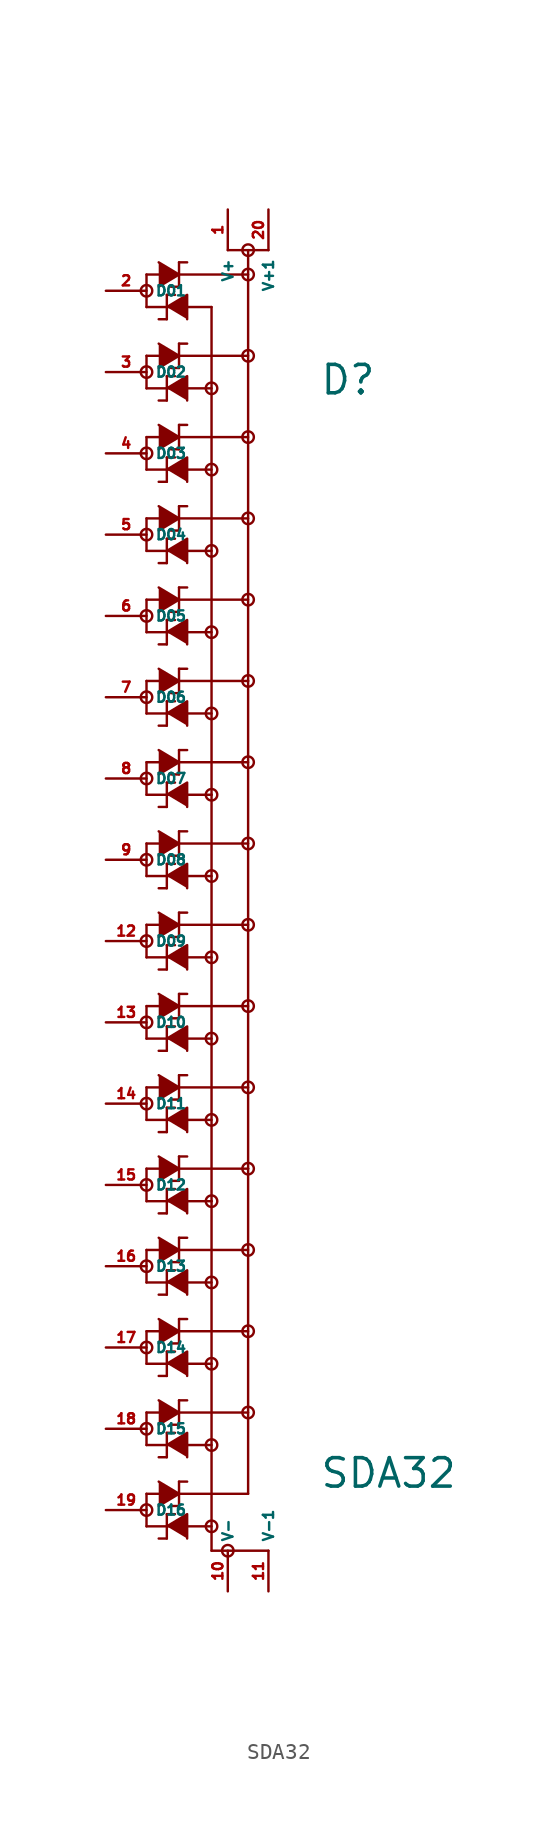
<source format=kicad_sym>
(kicad_symbol_lib
  (version 20220914)
  (generator Eagle2Kicad)
  (symbol "SDA32"
    (property "Reference" "D"
      (at 8.255 26.416 0)
      (effects (font (size 1.778 1.778) (thickness 0.22)) (justify left bottom)))
    (property "Value" "SDA32"
      (at 8.255 -41.91 0)
      (effects (font (size 1.778 1.778) (thickness 0.22)) (justify left bottom)))
    (polyline
      (pts (xy -1.778 34.798) (xy -0.508 34.036) (xy -1.778 33.274))
      (stroke (width 0.152) (type default))
      (fill (type outline)))
    (polyline
      (pts (xy -1.27 32.004) (xy 0 32.766) (xy 0 31.242))
      (stroke (width 0.152) (type default))
      (fill (type outline)))
    (polyline
      (pts (xy -1.778 29.718) (xy -0.508 28.956) (xy -1.778 28.194))
      (stroke (width 0.152) (type default))
      (fill (type outline)))
    (polyline
      (pts (xy -1.27 26.924) (xy 0 27.686) (xy 0 26.162))
      (stroke (width 0.152) (type default))
      (fill (type outline)))
    (polyline
      (pts (xy -1.778 24.638) (xy -0.508 23.876) (xy -1.778 23.114))
      (stroke (width 0.152) (type default))
      (fill (type outline)))
    (polyline
      (pts (xy -1.27 21.844) (xy 0 22.606) (xy 0 21.082))
      (stroke (width 0.152) (type default))
      (fill (type outline)))
    (polyline
      (pts (xy -1.778 19.558) (xy -0.508 18.796) (xy -1.778 18.034))
      (stroke (width 0.152) (type default))
      (fill (type outline)))
    (polyline
      (pts (xy -1.27 16.764) (xy 0 17.526) (xy 0 16.002))
      (stroke (width 0.152) (type default))
      (fill (type outline)))
    (polyline
      (pts (xy -1.778 14.478) (xy -0.508 13.716) (xy -1.778 12.954))
      (stroke (width 0.152) (type default))
      (fill (type outline)))
    (polyline
      (pts (xy -1.27 11.684) (xy 0 12.446) (xy 0 10.922))
      (stroke (width 0.152) (type default))
      (fill (type outline)))
    (polyline
      (pts (xy -1.778 9.398) (xy -0.508 8.636) (xy -1.778 7.874))
      (stroke (width 0.152) (type default))
      (fill (type outline)))
    (polyline
      (pts (xy -1.27 6.604) (xy 0 7.366) (xy 0 5.842))
      (stroke (width 0.152) (type default))
      (fill (type outline)))
    (polyline
      (pts (xy -1.778 4.318) (xy -0.508 3.556) (xy -1.778 2.794))
      (stroke (width 0.152) (type default))
      (fill (type outline)))
    (polyline
      (pts (xy -1.27 1.524) (xy 0 2.286) (xy 0 0.762))
      (stroke (width 0.152) (type default))
      (fill (type outline)))
    (polyline
      (pts (xy -1.778 -0.762) (xy -0.508 -1.524) (xy -1.778 -2.286))
      (stroke (width 0.152) (type default))
      (fill (type outline)))
    (polyline
      (pts (xy -1.27 -3.556) (xy 0 -2.794) (xy 0 -4.318))
      (stroke (width 0.152) (type default))
      (fill (type outline)))
    (polyline
      (pts (xy -1.778 -5.842) (xy -0.508 -6.604) (xy -1.778 -7.366))
      (stroke (width 0.152) (type default))
      (fill (type outline)))
    (polyline
      (pts (xy -1.27 -8.636) (xy 0 -7.874) (xy 0 -9.398))
      (stroke (width 0.152) (type default))
      (fill (type outline)))
    (polyline
      (pts (xy -1.778 -10.922) (xy -0.508 -11.684) (xy -1.778 -12.446))
      (stroke (width 0.152) (type default))
      (fill (type outline)))
    (polyline
      (pts (xy -1.27 -13.716) (xy 0 -12.954) (xy 0 -14.478))
      (stroke (width 0.152) (type default))
      (fill (type outline)))
    (polyline
      (pts (xy -1.778 -16.002) (xy -0.508 -16.764) (xy -1.778 -17.526))
      (stroke (width 0.152) (type default))
      (fill (type outline)))
    (polyline
      (pts (xy -1.27 -18.796) (xy 0 -18.034) (xy 0 -19.558))
      (stroke (width 0.152) (type default))
      (fill (type outline)))
    (polyline
      (pts (xy -1.778 -21.082) (xy -0.508 -21.844) (xy -1.778 -22.606))
      (stroke (width 0.152) (type default))
      (fill (type outline)))
    (polyline
      (pts (xy -1.27 -23.876) (xy 0 -23.114) (xy 0 -24.638))
      (stroke (width 0.152) (type default))
      (fill (type outline)))
    (polyline
      (pts (xy -1.778 -26.162) (xy -0.508 -26.924) (xy -1.778 -27.686))
      (stroke (width 0.152) (type default))
      (fill (type outline)))
    (polyline
      (pts (xy -1.27 -28.956) (xy 0 -28.194) (xy 0 -29.718))
      (stroke (width 0.152) (type default))
      (fill (type outline)))
    (polyline
      (pts (xy -1.778 -31.242) (xy -0.508 -32.004) (xy -1.778 -32.766))
      (stroke (width 0.152) (type default))
      (fill (type outline)))
    (polyline
      (pts (xy -1.27 -34.036) (xy 0 -33.274) (xy 0 -34.798))
      (stroke (width 0.152) (type default))
      (fill (type outline)))
    (polyline
      (pts (xy -1.778 -36.322) (xy -0.508 -37.084) (xy -1.778 -37.846))
      (stroke (width 0.152) (type default))
      (fill (type outline)))
    (polyline
      (pts (xy -1.27 -39.116) (xy 0 -38.354) (xy 0 -39.878))
      (stroke (width 0.152) (type default))
      (fill (type outline)))
    (polyline
      (pts (xy -1.778 -41.402) (xy -0.508 -42.164) (xy -1.778 -42.926))
      (stroke (width 0.152) (type default))
      (fill (type outline)))
    (polyline
      (pts (xy -1.27 -44.196) (xy 0 -43.434) (xy 0 -44.958))
      (stroke (width 0.152) (type default))
      (fill (type outline)))
    (polyline
      (pts (xy -0.508 34.798) (xy -0.508 33.274))
      (stroke (width 0.152) (type default))
      (fill (type none)))
    (polyline
      (pts (xy -2.54 32.004) (xy -2.54 34.036))
      (stroke (width 0.152) (type default))
      (fill (type none)))
    (polyline
      (pts (xy -2.54 34.036) (xy 3.81 34.036))
      (stroke (width 0.152) (type default))
      (fill (type none)))
    (polyline
      (pts (xy -0.508 34.798) (xy 0 34.798))
      (stroke (width 0.152) (type default))
      (fill (type none)))
    (polyline
      (pts (xy -0.508 33.274) (xy -1.016 33.274))
      (stroke (width 0.152) (type default))
      (fill (type none)))
    (polyline
      (pts (xy -1.27 31.242) (xy -1.27 32.766))
      (stroke (width 0.152) (type default))
      (fill (type none)))
    (polyline
      (pts (xy 1.524 32.004) (xy -2.54 32.004))
      (stroke (width 0.152) (type default))
      (fill (type none)))
    (polyline
      (pts (xy -1.27 31.242) (xy -1.778 31.242))
      (stroke (width 0.152) (type default))
      (fill (type none)))
    (polyline
      (pts (xy -1.27 32.766) (xy -0.762 32.766))
      (stroke (width 0.152) (type default))
      (fill (type none)))
    (polyline
      (pts (xy -0.508 29.718) (xy -0.508 28.194))
      (stroke (width 0.152) (type default))
      (fill (type none)))
    (polyline
      (pts (xy -2.54 26.924) (xy -2.54 28.956))
      (stroke (width 0.152) (type default))
      (fill (type none)))
    (polyline
      (pts (xy -2.54 28.956) (xy 3.81 28.956))
      (stroke (width 0.152) (type default))
      (fill (type none)))
    (polyline
      (pts (xy -0.508 29.718) (xy 0 29.718))
      (stroke (width 0.152) (type default))
      (fill (type none)))
    (polyline
      (pts (xy -0.508 28.194) (xy -1.016 28.194))
      (stroke (width 0.152) (type default))
      (fill (type none)))
    (polyline
      (pts (xy -1.27 26.162) (xy -1.27 27.686))
      (stroke (width 0.152) (type default))
      (fill (type none)))
    (polyline
      (pts (xy 1.524 26.924) (xy -2.54 26.924))
      (stroke (width 0.152) (type default))
      (fill (type none)))
    (polyline
      (pts (xy -1.27 26.162) (xy -1.778 26.162))
      (stroke (width 0.152) (type default))
      (fill (type none)))
    (polyline
      (pts (xy -1.27 27.686) (xy -0.762 27.686))
      (stroke (width 0.152) (type default))
      (fill (type none)))
    (polyline
      (pts (xy -0.508 24.638) (xy -0.508 23.114))
      (stroke (width 0.152) (type default))
      (fill (type none)))
    (polyline
      (pts (xy -2.54 21.844) (xy -2.54 23.876))
      (stroke (width 0.152) (type default))
      (fill (type none)))
    (polyline
      (pts (xy -2.54 23.876) (xy 3.81 23.876))
      (stroke (width 0.152) (type default))
      (fill (type none)))
    (polyline
      (pts (xy -0.508 24.638) (xy 0 24.638))
      (stroke (width 0.152) (type default))
      (fill (type none)))
    (polyline
      (pts (xy -0.508 23.114) (xy -1.016 23.114))
      (stroke (width 0.152) (type default))
      (fill (type none)))
    (polyline
      (pts (xy -1.27 21.082) (xy -1.27 22.606))
      (stroke (width 0.152) (type default))
      (fill (type none)))
    (polyline
      (pts (xy 1.524 21.844) (xy -2.54 21.844))
      (stroke (width 0.152) (type default))
      (fill (type none)))
    (polyline
      (pts (xy -1.27 21.082) (xy -1.778 21.082))
      (stroke (width 0.152) (type default))
      (fill (type none)))
    (polyline
      (pts (xy -1.27 22.606) (xy -0.762 22.606))
      (stroke (width 0.152) (type default))
      (fill (type none)))
    (polyline
      (pts (xy -0.508 19.558) (xy -0.508 18.034))
      (stroke (width 0.152) (type default))
      (fill (type none)))
    (polyline
      (pts (xy -2.54 16.764) (xy -2.54 18.796))
      (stroke (width 0.152) (type default))
      (fill (type none)))
    (polyline
      (pts (xy -2.54 18.796) (xy 3.81 18.796))
      (stroke (width 0.152) (type default))
      (fill (type none)))
    (polyline
      (pts (xy -0.508 19.558) (xy 0 19.558))
      (stroke (width 0.152) (type default))
      (fill (type none)))
    (polyline
      (pts (xy -0.508 18.034) (xy -1.016 18.034))
      (stroke (width 0.152) (type default))
      (fill (type none)))
    (polyline
      (pts (xy -1.27 16.002) (xy -1.27 17.526))
      (stroke (width 0.152) (type default))
      (fill (type none)))
    (polyline
      (pts (xy 1.524 16.764) (xy -2.54 16.764))
      (stroke (width 0.152) (type default))
      (fill (type none)))
    (polyline
      (pts (xy -1.27 16.002) (xy -1.778 16.002))
      (stroke (width 0.152) (type default))
      (fill (type none)))
    (polyline
      (pts (xy -1.27 17.526) (xy -0.762 17.526))
      (stroke (width 0.152) (type default))
      (fill (type none)))
    (polyline
      (pts (xy -0.508 14.478) (xy -0.508 12.954))
      (stroke (width 0.152) (type default))
      (fill (type none)))
    (polyline
      (pts (xy -2.54 11.684) (xy -2.54 13.716))
      (stroke (width 0.152) (type default))
      (fill (type none)))
    (polyline
      (pts (xy -2.54 13.716) (xy 3.81 13.716))
      (stroke (width 0.152) (type default))
      (fill (type none)))
    (polyline
      (pts (xy -0.508 14.478) (xy 0 14.478))
      (stroke (width 0.152) (type default))
      (fill (type none)))
    (polyline
      (pts (xy -0.508 12.954) (xy -1.016 12.954))
      (stroke (width 0.152) (type default))
      (fill (type none)))
    (polyline
      (pts (xy -1.27 10.922) (xy -1.27 12.446))
      (stroke (width 0.152) (type default))
      (fill (type none)))
    (polyline
      (pts (xy 1.524 11.684) (xy -2.54 11.684))
      (stroke (width 0.152) (type default))
      (fill (type none)))
    (polyline
      (pts (xy -1.27 10.922) (xy -1.778 10.922))
      (stroke (width 0.152) (type default))
      (fill (type none)))
    (polyline
      (pts (xy -1.27 12.446) (xy -0.762 12.446))
      (stroke (width 0.152) (type default))
      (fill (type none)))
    (polyline
      (pts (xy -0.508 9.398) (xy -0.508 7.874))
      (stroke (width 0.152) (type default))
      (fill (type none)))
    (polyline
      (pts (xy -2.54 6.604) (xy -2.54 8.636))
      (stroke (width 0.152) (type default))
      (fill (type none)))
    (polyline
      (pts (xy -2.54 8.636) (xy 3.81 8.636))
      (stroke (width 0.152) (type default))
      (fill (type none)))
    (polyline
      (pts (xy -0.508 9.398) (xy 0 9.398))
      (stroke (width 0.152) (type default))
      (fill (type none)))
    (polyline
      (pts (xy -0.508 7.874) (xy -1.016 7.874))
      (stroke (width 0.152) (type default))
      (fill (type none)))
    (polyline
      (pts (xy -1.27 5.842) (xy -1.27 7.366))
      (stroke (width 0.152) (type default))
      (fill (type none)))
    (polyline
      (pts (xy 1.524 6.604) (xy -2.54 6.604))
      (stroke (width 0.152) (type default))
      (fill (type none)))
    (polyline
      (pts (xy -1.27 5.842) (xy -1.778 5.842))
      (stroke (width 0.152) (type default))
      (fill (type none)))
    (polyline
      (pts (xy -1.27 7.366) (xy -0.762 7.366))
      (stroke (width 0.152) (type default))
      (fill (type none)))
    (polyline
      (pts (xy 2.54 35.56) (xy 3.81 35.56))
      (stroke (width 0.152) (type default))
      (fill (type none)))
    (polyline
      (pts (xy 3.81 35.56) (xy 3.81 8.636))
      (stroke (width 0.152) (type default))
      (fill (type none)))
    (polyline
      (pts (xy 1.524 1.524) (xy 1.524 32.004))
      (stroke (width 0.152) (type default))
      (fill (type none)))
    (polyline
      (pts (xy -0.508 4.318) (xy -0.508 2.794))
      (stroke (width 0.152) (type default))
      (fill (type none)))
    (polyline
      (pts (xy -2.54 1.524) (xy -2.54 3.556))
      (stroke (width 0.152) (type default))
      (fill (type none)))
    (polyline
      (pts (xy -2.54 3.556) (xy 3.81 3.556))
      (stroke (width 0.152) (type default))
      (fill (type none)))
    (polyline
      (pts (xy -0.508 4.318) (xy 0 4.318))
      (stroke (width 0.152) (type default))
      (fill (type none)))
    (polyline
      (pts (xy -0.508 2.794) (xy -1.016 2.794))
      (stroke (width 0.152) (type default))
      (fill (type none)))
    (polyline
      (pts (xy -1.27 0.762) (xy -1.27 2.286))
      (stroke (width 0.152) (type default))
      (fill (type none)))
    (polyline
      (pts (xy 1.524 1.524) (xy -2.54 1.524))
      (stroke (width 0.152) (type default))
      (fill (type none)))
    (polyline
      (pts (xy -1.27 0.762) (xy -1.778 0.762))
      (stroke (width 0.152) (type default))
      (fill (type none)))
    (polyline
      (pts (xy -1.27 2.286) (xy -0.762 2.286))
      (stroke (width 0.152) (type default))
      (fill (type none)))
    (polyline
      (pts (xy -0.508 -0.762) (xy -0.508 -2.286))
      (stroke (width 0.152) (type default))
      (fill (type none)))
    (polyline
      (pts (xy -2.54 -3.556) (xy -2.54 -1.524))
      (stroke (width 0.152) (type default))
      (fill (type none)))
    (polyline
      (pts (xy -2.54 -1.524) (xy 3.81 -1.524))
      (stroke (width 0.152) (type default))
      (fill (type none)))
    (polyline
      (pts (xy -0.508 -0.762) (xy 0 -0.762))
      (stroke (width 0.152) (type default))
      (fill (type none)))
    (polyline
      (pts (xy -0.508 -2.286) (xy -1.016 -2.286))
      (stroke (width 0.152) (type default))
      (fill (type none)))
    (polyline
      (pts (xy -1.27 -4.318) (xy -1.27 -2.794))
      (stroke (width 0.152) (type default))
      (fill (type none)))
    (polyline
      (pts (xy 1.524 -3.556) (xy -2.54 -3.556))
      (stroke (width 0.152) (type default))
      (fill (type none)))
    (polyline
      (pts (xy -1.27 -4.318) (xy -1.778 -4.318))
      (stroke (width 0.152) (type default))
      (fill (type none)))
    (polyline
      (pts (xy -1.27 -2.794) (xy -0.762 -2.794))
      (stroke (width 0.152) (type default))
      (fill (type none)))
    (polyline
      (pts (xy -0.508 -5.842) (xy -0.508 -7.366))
      (stroke (width 0.152) (type default))
      (fill (type none)))
    (polyline
      (pts (xy -2.54 -8.636) (xy -2.54 -6.604))
      (stroke (width 0.152) (type default))
      (fill (type none)))
    (polyline
      (pts (xy -2.54 -6.604) (xy 3.81 -6.604))
      (stroke (width 0.152) (type default))
      (fill (type none)))
    (polyline
      (pts (xy -0.508 -5.842) (xy 0 -5.842))
      (stroke (width 0.152) (type default))
      (fill (type none)))
    (polyline
      (pts (xy -0.508 -7.366) (xy -1.016 -7.366))
      (stroke (width 0.152) (type default))
      (fill (type none)))
    (polyline
      (pts (xy -1.27 -9.398) (xy -1.27 -7.874))
      (stroke (width 0.152) (type default))
      (fill (type none)))
    (polyline
      (pts (xy 1.524 -8.636) (xy -2.54 -8.636))
      (stroke (width 0.152) (type default))
      (fill (type none)))
    (polyline
      (pts (xy -1.27 -9.398) (xy -1.778 -9.398))
      (stroke (width 0.152) (type default))
      (fill (type none)))
    (polyline
      (pts (xy -1.27 -7.874) (xy -0.762 -7.874))
      (stroke (width 0.152) (type default))
      (fill (type none)))
    (polyline
      (pts (xy -0.508 -10.922) (xy -0.508 -12.446))
      (stroke (width 0.152) (type default))
      (fill (type none)))
    (polyline
      (pts (xy -2.54 -13.716) (xy -2.54 -11.684))
      (stroke (width 0.152) (type default))
      (fill (type none)))
    (polyline
      (pts (xy -2.54 -11.684) (xy 3.81 -11.684))
      (stroke (width 0.152) (type default))
      (fill (type none)))
    (polyline
      (pts (xy -0.508 -10.922) (xy 0 -10.922))
      (stroke (width 0.152) (type default))
      (fill (type none)))
    (polyline
      (pts (xy -0.508 -12.446) (xy -1.016 -12.446))
      (stroke (width 0.152) (type default))
      (fill (type none)))
    (polyline
      (pts (xy -1.27 -14.478) (xy -1.27 -12.954))
      (stroke (width 0.152) (type default))
      (fill (type none)))
    (polyline
      (pts (xy 1.524 -13.716) (xy -2.54 -13.716))
      (stroke (width 0.152) (type default))
      (fill (type none)))
    (polyline
      (pts (xy -1.27 -14.478) (xy -1.778 -14.478))
      (stroke (width 0.152) (type default))
      (fill (type none)))
    (polyline
      (pts (xy -1.27 -12.954) (xy -0.762 -12.954))
      (stroke (width 0.152) (type default))
      (fill (type none)))
    (polyline
      (pts (xy -0.508 -16.002) (xy -0.508 -17.526))
      (stroke (width 0.152) (type default))
      (fill (type none)))
    (polyline
      (pts (xy -2.54 -18.796) (xy -2.54 -16.764))
      (stroke (width 0.152) (type default))
      (fill (type none)))
    (polyline
      (pts (xy -2.54 -16.764) (xy 3.81 -16.764))
      (stroke (width 0.152) (type default))
      (fill (type none)))
    (polyline
      (pts (xy -0.508 -16.002) (xy 0 -16.002))
      (stroke (width 0.152) (type default))
      (fill (type none)))
    (polyline
      (pts (xy -0.508 -17.526) (xy -1.016 -17.526))
      (stroke (width 0.152) (type default))
      (fill (type none)))
    (polyline
      (pts (xy -1.27 -19.558) (xy -1.27 -18.034))
      (stroke (width 0.152) (type default))
      (fill (type none)))
    (polyline
      (pts (xy 1.524 -18.796) (xy -2.54 -18.796))
      (stroke (width 0.152) (type default))
      (fill (type none)))
    (polyline
      (pts (xy -1.27 -19.558) (xy -1.778 -19.558))
      (stroke (width 0.152) (type default))
      (fill (type none)))
    (polyline
      (pts (xy -1.27 -18.034) (xy -0.762 -18.034))
      (stroke (width 0.152) (type default))
      (fill (type none)))
    (polyline
      (pts (xy -0.508 -21.082) (xy -0.508 -22.606))
      (stroke (width 0.152) (type default))
      (fill (type none)))
    (polyline
      (pts (xy -2.54 -23.876) (xy -2.54 -21.844))
      (stroke (width 0.152) (type default))
      (fill (type none)))
    (polyline
      (pts (xy -2.54 -21.844) (xy 3.81 -21.844))
      (stroke (width 0.152) (type default))
      (fill (type none)))
    (polyline
      (pts (xy -0.508 -21.082) (xy 0 -21.082))
      (stroke (width 0.152) (type default))
      (fill (type none)))
    (polyline
      (pts (xy -0.508 -22.606) (xy -1.016 -22.606))
      (stroke (width 0.152) (type default))
      (fill (type none)))
    (polyline
      (pts (xy -1.27 -24.638) (xy -1.27 -23.114))
      (stroke (width 0.152) (type default))
      (fill (type none)))
    (polyline
      (pts (xy 1.524 -23.876) (xy -2.54 -23.876))
      (stroke (width 0.152) (type default))
      (fill (type none)))
    (polyline
      (pts (xy -1.27 -24.638) (xy -1.778 -24.638))
      (stroke (width 0.152) (type default))
      (fill (type none)))
    (polyline
      (pts (xy -1.27 -23.114) (xy -0.762 -23.114))
      (stroke (width 0.152) (type default))
      (fill (type none)))
    (polyline
      (pts (xy 3.81 8.636) (xy 3.81 -21.844))
      (stroke (width 0.152) (type default))
      (fill (type none)))
    (polyline
      (pts (xy 1.524 -23.876) (xy 1.524 1.524))
      (stroke (width 0.152) (type default))
      (fill (type none)))
    (polyline
      (pts (xy -0.508 -26.162) (xy -0.508 -27.686))
      (stroke (width 0.152) (type default))
      (fill (type none)))
    (polyline
      (pts (xy -2.54 -28.956) (xy -2.54 -26.924))
      (stroke (width 0.152) (type default))
      (fill (type none)))
    (polyline
      (pts (xy -2.54 -26.924) (xy 3.81 -26.924))
      (stroke (width 0.152) (type default))
      (fill (type none)))
    (polyline
      (pts (xy -0.508 -26.162) (xy 0 -26.162))
      (stroke (width 0.152) (type default))
      (fill (type none)))
    (polyline
      (pts (xy -0.508 -27.686) (xy -1.016 -27.686))
      (stroke (width 0.152) (type default))
      (fill (type none)))
    (polyline
      (pts (xy -1.27 -29.718) (xy -1.27 -28.194))
      (stroke (width 0.152) (type default))
      (fill (type none)))
    (polyline
      (pts (xy 1.524 -28.956) (xy -2.54 -28.956))
      (stroke (width 0.152) (type default))
      (fill (type none)))
    (polyline
      (pts (xy -1.27 -29.718) (xy -1.778 -29.718))
      (stroke (width 0.152) (type default))
      (fill (type none)))
    (polyline
      (pts (xy -1.27 -28.194) (xy -0.762 -28.194))
      (stroke (width 0.152) (type default))
      (fill (type none)))
    (polyline
      (pts (xy -0.508 -31.242) (xy -0.508 -32.766))
      (stroke (width 0.152) (type default))
      (fill (type none)))
    (polyline
      (pts (xy -2.54 -34.036) (xy -2.54 -32.004))
      (stroke (width 0.152) (type default))
      (fill (type none)))
    (polyline
      (pts (xy -2.54 -32.004) (xy 3.81 -32.004))
      (stroke (width 0.152) (type default))
      (fill (type none)))
    (polyline
      (pts (xy -0.508 -31.242) (xy 0 -31.242))
      (stroke (width 0.152) (type default))
      (fill (type none)))
    (polyline
      (pts (xy -0.508 -32.766) (xy -1.016 -32.766))
      (stroke (width 0.152) (type default))
      (fill (type none)))
    (polyline
      (pts (xy -1.27 -34.798) (xy -1.27 -33.274))
      (stroke (width 0.152) (type default))
      (fill (type none)))
    (polyline
      (pts (xy 1.524 -34.036) (xy -2.54 -34.036))
      (stroke (width 0.152) (type default))
      (fill (type none)))
    (polyline
      (pts (xy -1.27 -34.798) (xy -1.778 -34.798))
      (stroke (width 0.152) (type default))
      (fill (type none)))
    (polyline
      (pts (xy -1.27 -33.274) (xy -0.762 -33.274))
      (stroke (width 0.152) (type default))
      (fill (type none)))
    (polyline
      (pts (xy -0.508 -36.322) (xy -0.508 -37.846))
      (stroke (width 0.152) (type default))
      (fill (type none)))
    (polyline
      (pts (xy -2.54 -39.116) (xy -2.54 -37.084))
      (stroke (width 0.152) (type default))
      (fill (type none)))
    (polyline
      (pts (xy -2.54 -37.084) (xy 3.81 -37.084))
      (stroke (width 0.152) (type default))
      (fill (type none)))
    (polyline
      (pts (xy -0.508 -36.322) (xy 0 -36.322))
      (stroke (width 0.152) (type default))
      (fill (type none)))
    (polyline
      (pts (xy -0.508 -37.846) (xy -1.016 -37.846))
      (stroke (width 0.152) (type default))
      (fill (type none)))
    (polyline
      (pts (xy -1.27 -39.878) (xy -1.27 -38.354))
      (stroke (width 0.152) (type default))
      (fill (type none)))
    (polyline
      (pts (xy 1.524 -39.116) (xy -2.54 -39.116))
      (stroke (width 0.152) (type default))
      (fill (type none)))
    (polyline
      (pts (xy -1.27 -39.878) (xy -1.778 -39.878))
      (stroke (width 0.152) (type default))
      (fill (type none)))
    (polyline
      (pts (xy -1.27 -38.354) (xy -0.762 -38.354))
      (stroke (width 0.152) (type default))
      (fill (type none)))
    (polyline
      (pts (xy -0.508 -41.402) (xy -0.508 -42.926))
      (stroke (width 0.152) (type default))
      (fill (type none)))
    (polyline
      (pts (xy -2.54 -44.196) (xy -2.54 -42.164))
      (stroke (width 0.152) (type default))
      (fill (type none)))
    (polyline
      (pts (xy -2.54 -42.164) (xy 3.81 -42.164))
      (stroke (width 0.152) (type default))
      (fill (type none)))
    (polyline
      (pts (xy -0.508 -41.402) (xy 0 -41.402))
      (stroke (width 0.152) (type default))
      (fill (type none)))
    (polyline
      (pts (xy -0.508 -42.926) (xy -1.016 -42.926))
      (stroke (width 0.152) (type default))
      (fill (type none)))
    (polyline
      (pts (xy -1.27 -44.958) (xy -1.27 -43.434))
      (stroke (width 0.152) (type default))
      (fill (type none)))
    (polyline
      (pts (xy 1.524 -44.196) (xy -2.54 -44.196))
      (stroke (width 0.152) (type default))
      (fill (type none)))
    (polyline
      (pts (xy -1.27 -44.958) (xy -1.778 -44.958))
      (stroke (width 0.152) (type default))
      (fill (type none)))
    (polyline
      (pts (xy -1.27 -43.434) (xy -0.762 -43.434))
      (stroke (width 0.152) (type default))
      (fill (type none)))
    (polyline
      (pts (xy 3.81 -21.844) (xy 3.81 -42.164))
      (stroke (width 0.152) (type default))
      (fill (type none)))
    (polyline
      (pts (xy 1.524 -45.72) (xy 1.524 -23.876))
      (stroke (width 0.152) (type default))
      (fill (type none)))
    (polyline
      (pts (xy 1.524 -45.72) (xy 5.08 -45.72))
      (stroke (width 0.152) (type default))
      (fill (type none)))
    (polyline
      (pts (xy 3.81 35.56) (xy 5.08 35.56))
      (stroke (width 0.152) (type default))
      (fill (type none)))
    (circle
      (center -2.54 33.02)
      (radius 0.359)
      (stroke (width 0) (type default))
      (fill (type none)))
    (circle
      (center -2.54 27.94)
      (radius 0.359)
      (stroke (width 0) (type default))
      (fill (type none)))
    (circle
      (center -2.54 22.86)
      (radius 0.359)
      (stroke (width 0) (type default))
      (fill (type none)))
    (circle
      (center -2.54 17.78)
      (radius 0.359)
      (stroke (width 0) (type default))
      (fill (type none)))
    (circle
      (center -2.54 12.7)
      (radius 0.359)
      (stroke (width 0) (type default))
      (fill (type none)))
    (circle
      (center -2.54 7.62)
      (radius 0.359)
      (stroke (width 0) (type default))
      (fill (type none)))
    (circle
      (center 3.81 34.036)
      (radius 0.359)
      (stroke (width 0) (type default))
      (fill (type none)))
    (circle
      (center 3.81 28.956)
      (radius 0.359)
      (stroke (width 0) (type default))
      (fill (type none)))
    (circle
      (center 1.524 26.924)
      (radius 0.359)
      (stroke (width 0) (type default))
      (fill (type none)))
    (circle
      (center 3.81 23.876)
      (radius 0.359)
      (stroke (width 0) (type default))
      (fill (type none)))
    (circle
      (center 1.524 21.844)
      (radius 0.359)
      (stroke (width 0) (type default))
      (fill (type none)))
    (circle
      (center 3.81 18.796)
      (radius 0.359)
      (stroke (width 0) (type default))
      (fill (type none)))
    (circle
      (center 1.524 16.764)
      (radius 0.359)
      (stroke (width 0) (type default))
      (fill (type none)))
    (circle
      (center 3.81 13.716)
      (radius 0.359)
      (stroke (width 0) (type default))
      (fill (type none)))
    (circle
      (center 1.524 11.684)
      (radius 0.359)
      (stroke (width 0) (type default))
      (fill (type none)))
    (circle
      (center 1.524 6.604)
      (radius 0.359)
      (stroke (width 0) (type default))
      (fill (type none)))
    (circle
      (center -2.54 2.54)
      (radius 0.359)
      (stroke (width 0) (type default))
      (fill (type none)))
    (circle
      (center -2.54 -2.54)
      (radius 0.359)
      (stroke (width 0) (type default))
      (fill (type none)))
    (circle
      (center -2.54 -7.62)
      (radius 0.359)
      (stroke (width 0) (type default))
      (fill (type none)))
    (circle
      (center -2.54 -12.7)
      (radius 0.359)
      (stroke (width 0) (type default))
      (fill (type none)))
    (circle
      (center -2.54 -17.78)
      (radius 0.359)
      (stroke (width 0) (type default))
      (fill (type none)))
    (circle
      (center -2.54 -22.86)
      (radius 0.359)
      (stroke (width 0) (type default))
      (fill (type none)))
    (circle
      (center 3.81 3.556)
      (radius 0.359)
      (stroke (width 0) (type default))
      (fill (type none)))
    (circle
      (center 3.81 -1.524)
      (radius 0.359)
      (stroke (width 0) (type default))
      (fill (type none)))
    (circle
      (center 1.524 -3.556)
      (radius 0.359)
      (stroke (width 0) (type default))
      (fill (type none)))
    (circle
      (center 3.81 -6.604)
      (radius 0.359)
      (stroke (width 0) (type default))
      (fill (type none)))
    (circle
      (center 1.524 -8.636)
      (radius 0.359)
      (stroke (width 0) (type default))
      (fill (type none)))
    (circle
      (center 3.81 -11.684)
      (radius 0.359)
      (stroke (width 0) (type default))
      (fill (type none)))
    (circle
      (center 1.524 -13.716)
      (radius 0.359)
      (stroke (width 0) (type default))
      (fill (type none)))
    (circle
      (center 3.81 -16.764)
      (radius 0.359)
      (stroke (width 0) (type default))
      (fill (type none)))
    (circle
      (center 1.524 -18.796)
      (radius 0.359)
      (stroke (width 0) (type default))
      (fill (type none)))
    (circle
      (center 1.524 -23.876)
      (radius 0.359)
      (stroke (width 0) (type default))
      (fill (type none)))
    (circle
      (center 3.81 8.636)
      (radius 0.359)
      (stroke (width 0) (type default))
      (fill (type none)))
    (circle
      (center 1.524 1.524)
      (radius 0.359)
      (stroke (width 0) (type default))
      (fill (type none)))
    (circle
      (center -2.54 -27.94)
      (radius 0.359)
      (stroke (width 0) (type default))
      (fill (type none)))
    (circle
      (center -2.54 -33.02)
      (radius 0.359)
      (stroke (width 0) (type default))
      (fill (type none)))
    (circle
      (center -2.54 -38.1)
      (radius 0.359)
      (stroke (width 0) (type default))
      (fill (type none)))
    (circle
      (center -2.54 -43.18)
      (radius 0.359)
      (stroke (width 0) (type default))
      (fill (type none)))
    (circle
      (center 3.81 -26.924)
      (radius 0.359)
      (stroke (width 0) (type default))
      (fill (type none)))
    (circle
      (center 1.524 -28.956)
      (radius 0.359)
      (stroke (width 0) (type default))
      (fill (type none)))
    (circle
      (center 3.81 -32.004)
      (radius 0.359)
      (stroke (width 0) (type default))
      (fill (type none)))
    (circle
      (center 1.524 -34.036)
      (radius 0.359)
      (stroke (width 0) (type default))
      (fill (type none)))
    (circle
      (center 3.81 -37.084)
      (radius 0.359)
      (stroke (width 0) (type default))
      (fill (type none)))
    (circle
      (center 1.524 -39.116)
      (radius 0.359)
      (stroke (width 0) (type default))
      (fill (type none)))
    (circle
      (center 1.524 -44.196)
      (radius 0.359)
      (stroke (width 0) (type default))
      (fill (type none)))
    (circle
      (center 3.81 -21.844)
      (radius 0.359)
      (stroke (width 0) (type default))
      (fill (type none)))
    (circle
      (center 2.54 -45.72)
      (radius 0.359)
      (stroke (width 0) (type default))
      (fill (type none)))
    (circle
      (center 3.81 35.56)
      (radius 0.359)
      (stroke (width 0) (type default))
      (fill (type none)))
    (pin passive line
      (at 2.54 38.1 270)
      (length 2.54)
      (name "V+" (effects (font (size 0.635 0.635) (thickness 0.08)) (justify left bottom)))
      (number "1" (effects (font (size 0.635 0.635) (thickness 0.08)) (justify left bottom))))
    (pin passive line
      (at 2.54 -48.26 90)
      (length 2.54)
      (name "V-" (effects (font (size 0.635 0.635) (thickness 0.08)) (justify left bottom)))
      (number "10" (effects (font (size 0.635 0.635) (thickness 0.08)) (justify left bottom))))
    (pin passive line
      (at -5.08 33.02 0)
      (length 2.54)
      (name "D01" (effects (font (size 0.635 0.635) (thickness 0.08)) (justify left bottom)))
      (number "2" (effects (font (size 0.635 0.635) (thickness 0.08)) (justify left bottom))))
    (pin passive line
      (at -5.08 27.94 0)
      (length 2.54)
      (name "D02" (effects (font (size 0.635 0.635) (thickness 0.08)) (justify left bottom)))
      (number "3" (effects (font (size 0.635 0.635) (thickness 0.08)) (justify left bottom))))
    (pin passive line
      (at -5.08 22.86 0)
      (length 2.54)
      (name "D03" (effects (font (size 0.635 0.635) (thickness 0.08)) (justify left bottom)))
      (number "4" (effects (font (size 0.635 0.635) (thickness 0.08)) (justify left bottom))))
    (pin passive line
      (at -5.08 17.78 0)
      (length 2.54)
      (name "D04" (effects (font (size 0.635 0.635) (thickness 0.08)) (justify left bottom)))
      (number "5" (effects (font (size 0.635 0.635) (thickness 0.08)) (justify left bottom))))
    (pin passive line
      (at -5.08 12.7 0)
      (length 2.54)
      (name "D05" (effects (font (size 0.635 0.635) (thickness 0.08)) (justify left bottom)))
      (number "6" (effects (font (size 0.635 0.635) (thickness 0.08)) (justify left bottom))))
    (pin passive line
      (at -5.08 7.62 0)
      (length 2.54)
      (name "D06" (effects (font (size 0.635 0.635) (thickness 0.08)) (justify left bottom)))
      (number "7" (effects (font (size 0.635 0.635) (thickness 0.08)) (justify left bottom))))
    (pin passive line
      (at -5.08 2.54 0)
      (length 2.54)
      (name "D07" (effects (font (size 0.635 0.635) (thickness 0.08)) (justify left bottom)))
      (number "8" (effects (font (size 0.635 0.635) (thickness 0.08)) (justify left bottom))))
    (pin passive line
      (at -5.08 -2.54 0)
      (length 2.54)
      (name "D08" (effects (font (size 0.635 0.635) (thickness 0.08)) (justify left bottom)))
      (number "9" (effects (font (size 0.635 0.635) (thickness 0.08)) (justify left bottom))))
    (pin passive line
      (at -5.08 -7.62 0)
      (length 2.54)
      (name "D09" (effects (font (size 0.635 0.635) (thickness 0.08)) (justify left bottom)))
      (number "12" (effects (font (size 0.635 0.635) (thickness 0.08)) (justify left bottom))))
    (pin passive line
      (at -5.08 -12.7 0)
      (length 2.54)
      (name "D10" (effects (font (size 0.635 0.635) (thickness 0.08)) (justify left bottom)))
      (number "13" (effects (font (size 0.635 0.635) (thickness 0.08)) (justify left bottom))))
    (pin passive line
      (at -5.08 -17.78 0)
      (length 2.54)
      (name "D11" (effects (font (size 0.635 0.635) (thickness 0.08)) (justify left bottom)))
      (number "14" (effects (font (size 0.635 0.635) (thickness 0.08)) (justify left bottom))))
    (pin passive line
      (at -5.08 -22.86 0)
      (length 2.54)
      (name "D12" (effects (font (size 0.635 0.635) (thickness 0.08)) (justify left bottom)))
      (number "15" (effects (font (size 0.635 0.635) (thickness 0.08)) (justify left bottom))))
    (pin passive line
      (at -5.08 -27.94 0)
      (length 2.54)
      (name "D13" (effects (font (size 0.635 0.635) (thickness 0.08)) (justify left bottom)))
      (number "16" (effects (font (size 0.635 0.635) (thickness 0.08)) (justify left bottom))))
    (pin passive line
      (at -5.08 -33.02 0)
      (length 2.54)
      (name "D14" (effects (font (size 0.635 0.635) (thickness 0.08)) (justify left bottom)))
      (number "17" (effects (font (size 0.635 0.635) (thickness 0.08)) (justify left bottom))))
    (pin passive line
      (at -5.08 -38.1 0)
      (length 2.54)
      (name "D15" (effects (font (size 0.635 0.635) (thickness 0.08)) (justify left bottom)))
      (number "18" (effects (font (size 0.635 0.635) (thickness 0.08)) (justify left bottom))))
    (pin passive line
      (at -5.08 -43.18 0)
      (length 2.54)
      (name "D16" (effects (font (size 0.635 0.635) (thickness 0.08)) (justify left bottom)))
      (number "19" (effects (font (size 0.635 0.635) (thickness 0.08)) (justify left bottom))))
    (pin passive line
      (at 5.08 38.1 270)
      (length 2.54)
      (name "V+1" (effects (font (size 0.635 0.635) (thickness 0.08)) (justify left bottom)))
      (number "20" (effects (font (size 0.635 0.635) (thickness 0.08)) (justify left bottom))))
    (pin passive line
      (at 5.08 -48.26 90)
      (length 2.54)
      (name "V-1" (effects (font (size 0.635 0.635) (thickness 0.08)) (justify left bottom)))
      (number "11" (effects (font (size 0.635 0.635) (thickness 0.08)) (justify left bottom))))))
</source>
